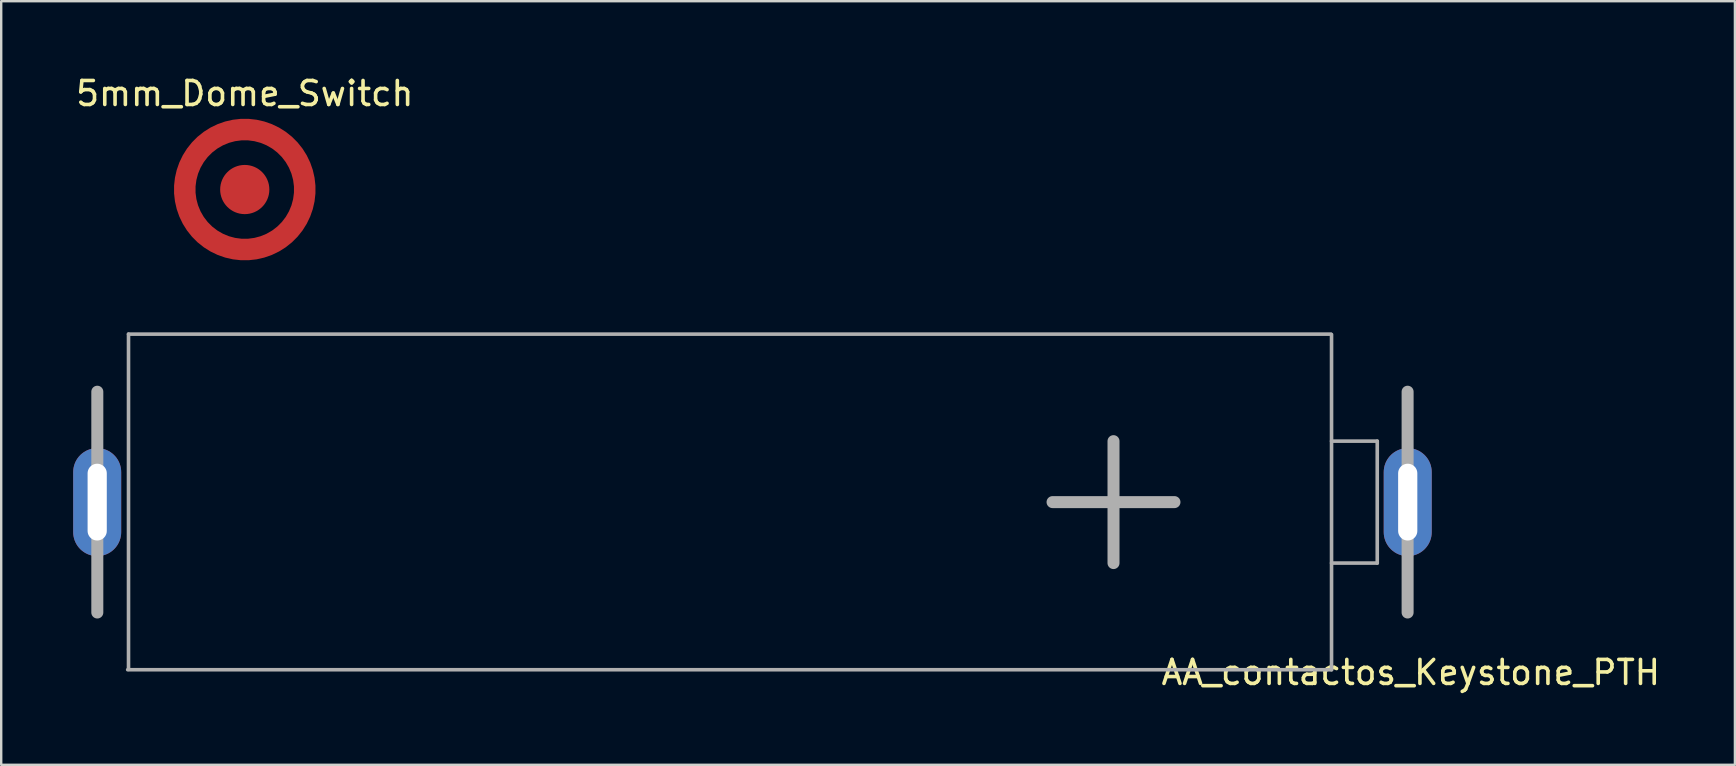
<source format=kicad_pcb>
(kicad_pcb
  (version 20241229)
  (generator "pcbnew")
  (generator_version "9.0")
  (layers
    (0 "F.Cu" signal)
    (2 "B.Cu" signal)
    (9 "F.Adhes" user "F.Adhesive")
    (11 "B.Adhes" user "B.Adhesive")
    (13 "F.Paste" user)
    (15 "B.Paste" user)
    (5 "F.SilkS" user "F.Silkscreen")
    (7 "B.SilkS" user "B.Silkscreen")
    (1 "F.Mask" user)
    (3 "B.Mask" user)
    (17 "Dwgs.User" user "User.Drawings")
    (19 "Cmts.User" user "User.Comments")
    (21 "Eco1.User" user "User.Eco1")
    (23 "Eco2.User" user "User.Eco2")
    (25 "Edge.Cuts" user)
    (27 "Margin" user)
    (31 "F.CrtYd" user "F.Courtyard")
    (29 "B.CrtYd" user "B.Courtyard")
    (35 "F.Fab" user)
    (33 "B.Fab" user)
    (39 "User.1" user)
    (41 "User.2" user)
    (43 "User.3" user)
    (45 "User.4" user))
  (footprint "AA_contactos_Keystone_PTH"
    (layer "F.Cu")
    (at 28.305 17.873)
    (property "Reference" "AA_contactos_Keystone_PTH" (at 27.433 7.099 0) (layer "F.SilkS") (effects (font (size 1 1) (thickness 0.15))))
    (attr through_hole)
    (fp_line (start -27.3 -4.6) (end -27.3 4.6) (stroke (width 0.5) (type solid)) (layer "F.Fab"))
    (fp_line (start -26.035 6.985) (end 24.13 6.985) (stroke (width 0.15) (type solid)) (layer "F.Fab"))
    (fp_line (start -26 -7) (end 24.1 -7) (stroke (width 0.15) (type solid)) (layer "F.Fab"))
    (fp_line (start -26 6.97) (end -26 -7) (stroke (width 0.15) (type solid)) (layer "F.Fab"))
    (fp_line (start 15.045 -2.54) (end 15.045 2.54) (stroke (width 0.5) (type solid)) (layer "F.Fab"))
    (fp_line (start 17.585 0) (end 12.505 0) (stroke (width 0.5) (type solid)) (layer "F.Fab"))
    (fp_line (start 24.13 -2.54) (end 26.035 -2.54) (stroke (width 0.15) (type solid)) (layer "F.Fab"))
    (fp_line (start 24.13 6.985) (end 24.13 -6.985) (stroke (width 0.15) (type solid)) (layer "F.Fab"))
    (fp_line (start 26.035 -2.54) (end 26.035 2.54) (stroke (width 0.15) (type solid)) (layer "F.Fab"))
    (fp_line (start 26.035 2.54) (end 24.13 2.54) (stroke (width 0.15) (type solid)) (layer "F.Fab"))
    (fp_line (start 27.3 -4.6) (end 27.3 4.6) (stroke (width 0.5) (type solid)) (layer "F.Fab"))
    (pad "1" thru_hole oval (at 27.305 0) (size 2 4.5) (drill oval 0.8 3.2) (layers "*.Cu" "*.Mask"))
    (pad "2" thru_hole oval (at -27.305 0) (size 2 4.5) (drill oval 0.8 3.2) (layers "*.Cu" "*.Mask")))
  (footprint "5mm_Dome_Switch"
    (layer "F.Cu")
    (at 7.149 4.848)
    (property "Reference" "5mm_Dome_Switch" (at 0 -4 0) (layer "F.SilkS") (effects (font (size 1 1) (thickness 0.15))))
    (attr through_hole)
    (pad "1" smd circle (at 0 0) (size 2.05 2.05) (layers "F.Cu" "F.Mask" "F.Paste"))
    (pad "2" smd custom (at -2.5 0) (size 0.8 0.8) (layers "F.Cu" "F.Mask" "F.Paste") (options (anchor circle)) (primitives (gr_circle (center 2.5 0) (end 5 0) (width 0.9) (fill no)))))
  (gr_rect
    (start -3 -3)
    (end 69.244 28.82)
    (stroke (width 0.1) (type default))
    (fill no)
    (layer "Edge.Cuts")))
</source>
